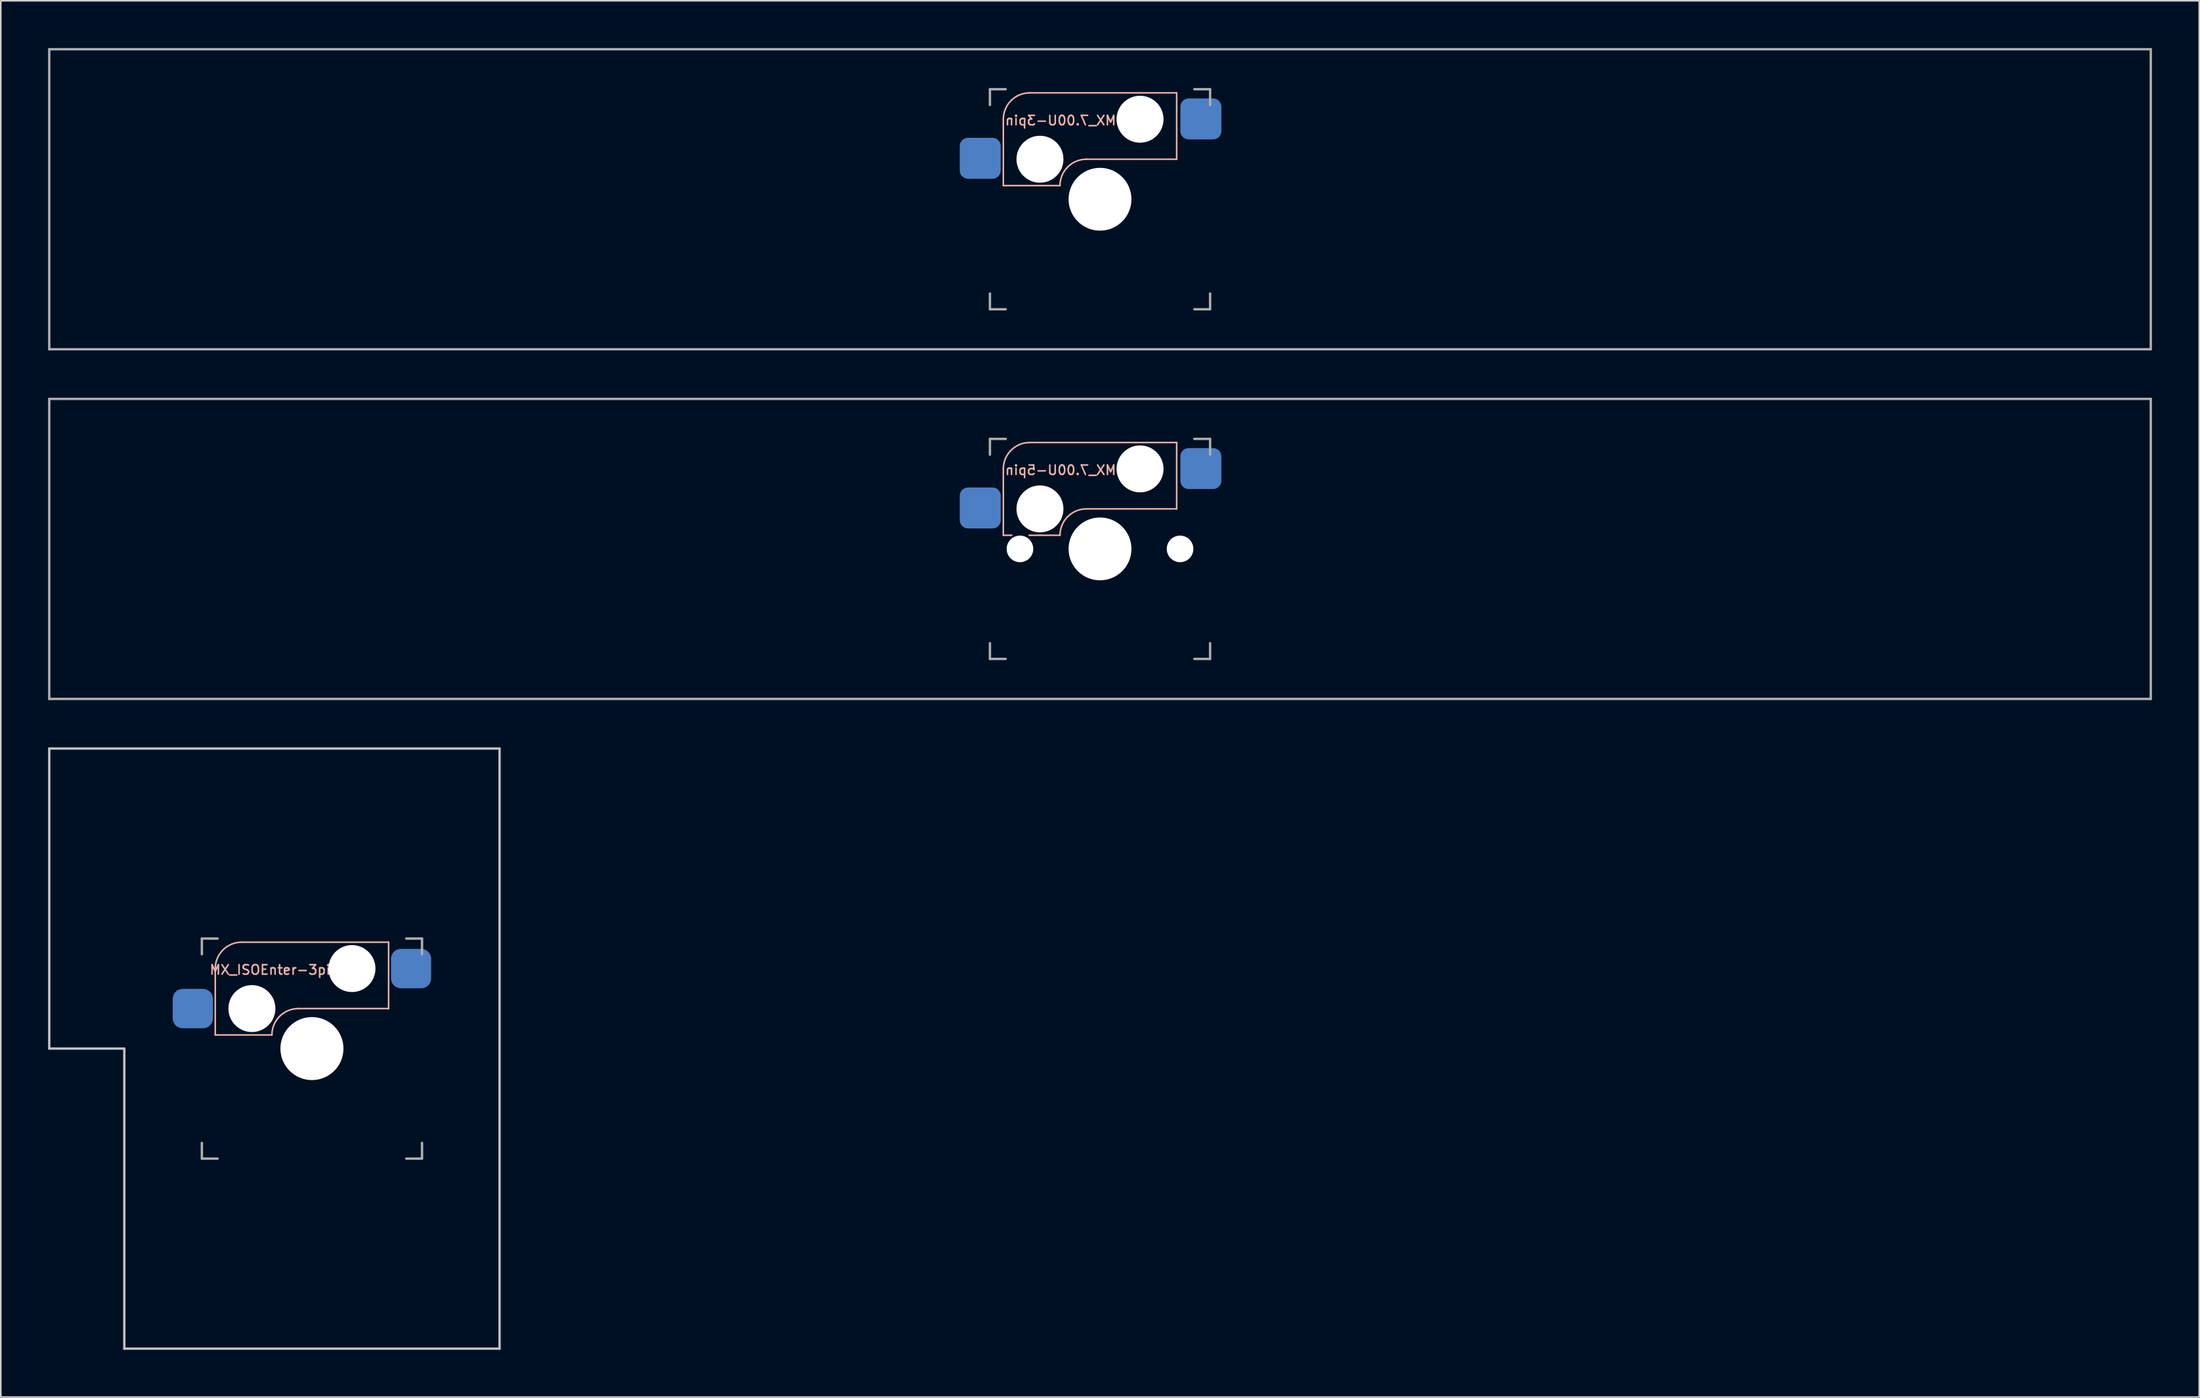
<source format=kicad_pcb>
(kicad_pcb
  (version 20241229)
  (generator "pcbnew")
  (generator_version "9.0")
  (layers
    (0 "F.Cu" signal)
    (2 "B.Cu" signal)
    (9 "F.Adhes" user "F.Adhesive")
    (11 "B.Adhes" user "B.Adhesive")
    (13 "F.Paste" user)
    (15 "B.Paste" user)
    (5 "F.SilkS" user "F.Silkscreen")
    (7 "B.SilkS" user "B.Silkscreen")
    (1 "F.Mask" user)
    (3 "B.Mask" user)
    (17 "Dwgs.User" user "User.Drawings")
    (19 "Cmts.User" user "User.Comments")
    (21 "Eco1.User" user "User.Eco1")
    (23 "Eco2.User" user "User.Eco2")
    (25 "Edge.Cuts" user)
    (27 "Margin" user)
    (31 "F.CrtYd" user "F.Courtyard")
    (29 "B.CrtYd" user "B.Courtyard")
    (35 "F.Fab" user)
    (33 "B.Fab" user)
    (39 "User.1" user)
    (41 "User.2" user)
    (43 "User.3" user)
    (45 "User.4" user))
  (footprint "MX_7.00U-3pin"
    (layer "F.Cu")
    (at 66.75 9.6)
    (property "Reference" "MX_7.00U-3pin" (at -2.5 -5 0) (layer "B.SilkS") (effects (font (size 0.6 0.6) (thickness 0.1)) (justify mirror)))
    (attr smd)
    (fp_line (start -6.135 -5.08) (end -6.135 -0.865) (stroke (width 0.1) (type solid)) (layer "B.SilkS"))
    (fp_line (start -6.135 -0.865) (end -2.54 -0.865) (stroke (width 0.1) (type solid)) (layer "B.SilkS"))
    (fp_line (start -4.46 -6.755) (end 4.865 -6.755) (stroke (width 0.1) (type solid)) (layer "B.SilkS"))
    (fp_line (start -0.865 -2.54) (end 4.865 -2.54) (stroke (width 0.1) (type solid)) (layer "B.SilkS"))
    (fp_line (start 4.865 -6.755) (end 4.865 -2.54) (stroke (width 0.1) (type solid)) (layer "B.SilkS"))
    (fp_arc (start -6.135 -5.08) (mid -5.644404 -6.264404) (end -4.46 -6.755) (stroke (width 0.1) (type solid)) (layer "B.SilkS"))
    (fp_arc (start -2.54 -0.865) (mid -2.049404 -2.049404) (end -0.865 -2.54) (stroke (width 0.1) (type solid)) (layer "B.SilkS"))
    (fp_line (start -6.985 6.985) (end -6.985 -6.985) (stroke (width 0.15) (type solid)) (layer "Eco2.User"))
    (fp_line (start -6.985 6.985) (end 6.985 6.985) (stroke (width 0.15) (type solid)) (layer "Eco2.User"))
    (fp_line (start 6.985 -6.985) (end -6.985 -6.985) (stroke (width 0.15) (type solid)) (layer "Eco2.User"))
    (fp_line (start 6.985 -6.985) (end 6.985 6.985) (stroke (width 0.15) (type solid)) (layer "Eco2.User"))
    (fp_line (start -66.675 -9.525) (end 66.675 -9.525) (stroke (width 0.15) (type solid)) (layer "F.Fab"))
    (fp_line (start -66.675 9.525) (end -66.675 -9.525) (stroke (width 0.15) (type solid)) (layer "F.Fab"))
    (fp_line (start -6.985 -5.985) (end -6.985 -6.985) (stroke (width 0.15) (type solid)) (layer "F.Fab"))
    (fp_line (start -6.985 6.985) (end -6.985 5.985) (stroke (width 0.15) (type solid)) (layer "F.Fab"))
    (fp_line (start -6.985 6.985) (end -5.985 6.985) (stroke (width 0.15) (type solid)) (layer "F.Fab"))
    (fp_line (start -5.985 -6.985) (end -6.985 -6.985) (stroke (width 0.15) (type solid)) (layer "F.Fab"))
    (fp_line (start 5.985 6.985) (end 6.985 6.985) (stroke (width 0.15) (type solid)) (layer "F.Fab"))
    (fp_line (start 6.985 -6.985) (end 5.985 -6.985) (stroke (width 0.15) (type solid)) (layer "F.Fab"))
    (fp_line (start 6.985 -6.985) (end 6.985 -5.985) (stroke (width 0.15) (type solid)) (layer "F.Fab"))
    (fp_line (start 6.985 5.985) (end 6.985 6.985) (stroke (width 0.15) (type solid)) (layer "F.Fab"))
    (fp_line (start 66.675 -9.525) (end 66.675 9.525) (stroke (width 0.15) (type solid)) (layer "F.Fab"))
    (fp_line (start 66.675 9.525) (end -66.675 9.525) (stroke (width 0.15) (type solid)) (layer "F.Fab"))
    (pad "" np_thru_hole circle (at -3.81 -2.54) (size 2.98 2.98) (drill 2.98) (layers "*.Cu" "*.Mask"))
    (pad "" np_thru_hole circle (at 0 0) (size 3.988 3.988) (drill 3.988) (layers "*.Cu" "*.Mask"))
    (pad "" np_thru_hole circle (at 2.54 -5.08) (size 2.98 2.98) (drill 2.98) (layers "*.Cu" "*.Mask"))
    (pad "1" smd roundrect (at 6.4 -5.1) (size 2.6 2.6) (layers "B.Cu" "B.Mask" "B.Paste") (roundrect_rratio 0.2))
    (pad "2" smd roundrect (at -7.6 -2.6) (size 2.6 2.6) (layers "B.Cu" "B.Mask" "B.Paste") (roundrect_rratio 0.2)))
  (footprint "MX_ISOEnter-3pin"
    (layer "F.Cu")
    (at 14.363 63.525)
    (property "Reference" "MX_ISOEnter-3pin" (at 0 -5 0) (layer "B.SilkS") (effects (font (size 0.6 0.6) (thickness 0.1))))
    (attr through_hole)
    (fp_line (start -3.754 -5.08) (end -3.754 -0.865) (stroke (width 0.1) (type solid)) (layer "B.SilkS"))
    (fp_line (start -3.754 -0.865) (end -0.159 -0.865) (stroke (width 0.1) (type solid)) (layer "B.SilkS"))
    (fp_line (start -2.079 -6.755) (end 7.246 -6.755) (stroke (width 0.1) (type solid)) (layer "B.SilkS"))
    (fp_line (start 1.516 -2.54) (end 7.246 -2.54) (stroke (width 0.1) (type solid)) (layer "B.SilkS"))
    (fp_line (start 7.246 -6.755) (end 7.246 -2.54) (stroke (width 0.1) (type solid)) (layer "B.SilkS"))
    (fp_arc (start -3.75375 -5.08) (mid -3.263154 -6.264404) (end -2.07875 -6.755) (stroke (width 0.1) (type solid)) (layer "B.SilkS"))
    (fp_arc (start -0.15875 -0.865) (mid 0.331846 -2.049404) (end 1.51625 -2.54) (stroke (width 0.1) (type solid)) (layer "B.SilkS"))
    (fp_line (start -14.287 -19.05) (end 14.287 -19.05) (stroke (width 0.15) (type solid)) (layer "Dwgs.User"))
    (fp_line (start -14.287 0) (end -14.287 -19.05) (stroke (width 0.15) (type solid)) (layer "Dwgs.User"))
    (fp_line (start -9.525 0) (end -14.287 0) (stroke (width 0.15) (type solid)) (layer "Dwgs.User"))
    (fp_line (start -9.525 19.05) (end -9.525 0) (stroke (width 0.15) (type solid)) (layer "Dwgs.User"))
    (fp_line (start 14.287 -19.05) (end 14.287 19.05) (stroke (width 0.15) (type solid)) (layer "Dwgs.User"))
    (fp_line (start 14.287 19.05) (end -9.525 19.05) (stroke (width 0.15) (type solid)) (layer "Dwgs.User"))
    (fp_line (start -4.604 6.985) (end -4.604 -6.985) (stroke (width 0.15) (type solid)) (layer "Eco2.User"))
    (fp_line (start -4.604 6.985) (end 9.366 6.985) (stroke (width 0.15) (type solid)) (layer "Eco2.User"))
    (fp_line (start 9.366 -6.985) (end -4.604 -6.985) (stroke (width 0.15) (type solid)) (layer "Eco2.User"))
    (fp_line (start 9.366 -6.985) (end 9.366 6.985) (stroke (width 0.15) (type solid)) (layer "Eco2.User"))
    (fp_line (start -4.604 -5.985) (end -4.604 -6.985) (stroke (width 0.15) (type solid)) (layer "F.Fab"))
    (fp_line (start -4.604 6.985) (end -4.604 5.985) (stroke (width 0.15) (type solid)) (layer "F.Fab"))
    (fp_line (start -4.604 6.985) (end -3.604 6.985) (stroke (width 0.15) (type solid)) (layer "F.Fab"))
    (fp_line (start -3.604 -6.985) (end -4.604 -6.985) (stroke (width 0.15) (type solid)) (layer "F.Fab"))
    (fp_line (start 8.366 6.985) (end 9.366 6.985) (stroke (width 0.15) (type solid)) (layer "F.Fab"))
    (fp_line (start 9.366 -6.985) (end 8.366 -6.985) (stroke (width 0.15) (type solid)) (layer "F.Fab"))
    (fp_line (start 9.366 -6.985) (end 9.366 -5.985) (stroke (width 0.15) (type solid)) (layer "F.Fab"))
    (fp_line (start 9.366 5.985) (end 9.366 6.985) (stroke (width 0.15) (type solid)) (layer "F.Fab"))
    (pad "" np_thru_hole circle (at -1.429 -2.54) (size 2.98 2.98) (drill 2.98) (layers "*.Cu" "*.Mask"))
    (pad "" np_thru_hole circle (at 2.381 0) (size 4 4) (drill 4) (layers "*.Cu" "*.Mask"))
    (pad "" np_thru_hole circle (at 4.921 -5.08) (size 2.98 2.98) (drill 2.98) (layers "*.Cu" "*.Mask"))
    (pad "1" smd roundrect (at 8.671 -5.08) (size 2.55 2.5) (layers "B.Cu" "B.Mask" "B.Paste") (roundrect_rratio 0.25))
    (pad "2" smd roundrect (at -5.179 -2.54) (size 2.55 2.5) (layers "B.Cu" "B.Mask" "B.Paste") (roundrect_rratio 0.25)))
  (footprint "MX_7.00U-5pin"
    (layer "F.Cu")
    (at 66.75 31.8)
    (property "Reference" "MX_7.00U-5pin" (at -2.5 -5 0) (layer "B.SilkS") (effects (font (size 0.6 0.6) (thickness 0.1)) (justify mirror)))
    (attr smd)
    (fp_line (start -6.135 -5.08) (end -6.135 -0.865) (stroke (width 0.1) (type solid)) (layer "B.SilkS"))
    (fp_line (start -6.135 -0.865) (end -5.6 -0.865) (stroke (width 0.1) (type solid)) (layer "B.SilkS"))
    (fp_line (start -4.5 -0.865) (end -2.54 -0.865) (stroke (width 0.1) (type solid)) (layer "B.SilkS"))
    (fp_line (start -4.46 -6.755) (end 4.865 -6.755) (stroke (width 0.1) (type solid)) (layer "B.SilkS"))
    (fp_line (start -0.865 -2.54) (end 4.865 -2.54) (stroke (width 0.1) (type solid)) (layer "B.SilkS"))
    (fp_line (start 4.865 -6.755) (end 4.865 -2.54) (stroke (width 0.1) (type solid)) (layer "B.SilkS"))
    (fp_arc (start -6.135 -5.08) (mid -5.644404 -6.264404) (end -4.46 -6.755) (stroke (width 0.1) (type solid)) (layer "B.SilkS"))
    (fp_arc (start -2.54 -0.865) (mid -2.049404 -2.049404) (end -0.865 -2.54) (stroke (width 0.1) (type solid)) (layer "B.SilkS"))
    (fp_line (start -6.985 6.985) (end -6.985 -6.985) (stroke (width 0.15) (type solid)) (layer "Eco2.User"))
    (fp_line (start -6.985 6.985) (end 6.985 6.985) (stroke (width 0.15) (type solid)) (layer "Eco2.User"))
    (fp_line (start 6.985 -6.985) (end -6.985 -6.985) (stroke (width 0.15) (type solid)) (layer "Eco2.User"))
    (fp_line (start 6.985 -6.985) (end 6.985 6.985) (stroke (width 0.15) (type solid)) (layer "Eco2.User"))
    (fp_line (start -66.675 -9.525) (end 66.675 -9.525) (stroke (width 0.15) (type solid)) (layer "F.Fab"))
    (fp_line (start -66.675 9.525) (end -66.675 -9.525) (stroke (width 0.15) (type solid)) (layer "F.Fab"))
    (fp_line (start -6.985 -5.985) (end -6.985 -6.985) (stroke (width 0.15) (type solid)) (layer "F.Fab"))
    (fp_line (start -6.985 6.985) (end -6.985 5.985) (stroke (width 0.15) (type solid)) (layer "F.Fab"))
    (fp_line (start -6.985 6.985) (end -5.985 6.985) (stroke (width 0.15) (type solid)) (layer "F.Fab"))
    (fp_line (start -5.985 -6.985) (end -6.985 -6.985) (stroke (width 0.15) (type solid)) (layer "F.Fab"))
    (fp_line (start 5.985 6.985) (end 6.985 6.985) (stroke (width 0.15) (type solid)) (layer "F.Fab"))
    (fp_line (start 6.985 -6.985) (end 5.985 -6.985) (stroke (width 0.15) (type solid)) (layer "F.Fab"))
    (fp_line (start 6.985 -6.985) (end 6.985 -5.985) (stroke (width 0.15) (type solid)) (layer "F.Fab"))
    (fp_line (start 6.985 5.985) (end 6.985 6.985) (stroke (width 0.15) (type solid)) (layer "F.Fab"))
    (fp_line (start 66.675 -9.525) (end 66.675 9.525) (stroke (width 0.15) (type solid)) (layer "F.Fab"))
    (fp_line (start 66.675 9.525) (end -66.675 9.525) (stroke (width 0.15) (type solid)) (layer "F.Fab"))
    (pad "" np_thru_hole circle (at -5.08 0) (size 1.688 1.688) (drill 1.688) (layers "*.Cu" "*.Mask"))
    (pad "" np_thru_hole circle (at -3.81 -2.54) (size 2.98 2.98) (drill 2.98) (layers "*.Cu" "*.Mask"))
    (pad "" np_thru_hole circle (at 0 0) (size 3.988 3.988) (drill 3.988) (layers "*.Cu" "*.Mask"))
    (pad "" np_thru_hole circle (at 2.54 -5.08) (size 2.98 2.98) (drill 2.98) (layers "*.Cu" "*.Mask"))
    (pad "" np_thru_hole circle (at 5.08 0) (size 1.688 1.688) (drill 1.688) (layers "*.Cu" "*.Mask"))
    (pad "1" smd roundrect (at 6.4 -5.1) (size 2.6 2.6) (layers "B.Cu" "B.Mask" "B.Paste") (roundrect_rratio 0.2))
    (pad "2" smd roundrect (at -7.6 -2.6) (size 2.6 2.6) (layers "B.Cu" "B.Mask" "B.Paste") (roundrect_rratio 0.2)))
  (gr_rect
    (start -3 -3)
    (end 136.5 85.65)
    (stroke (width 0.1) (type default))
    (fill no)
    (layer "Edge.Cuts")))
</source>
